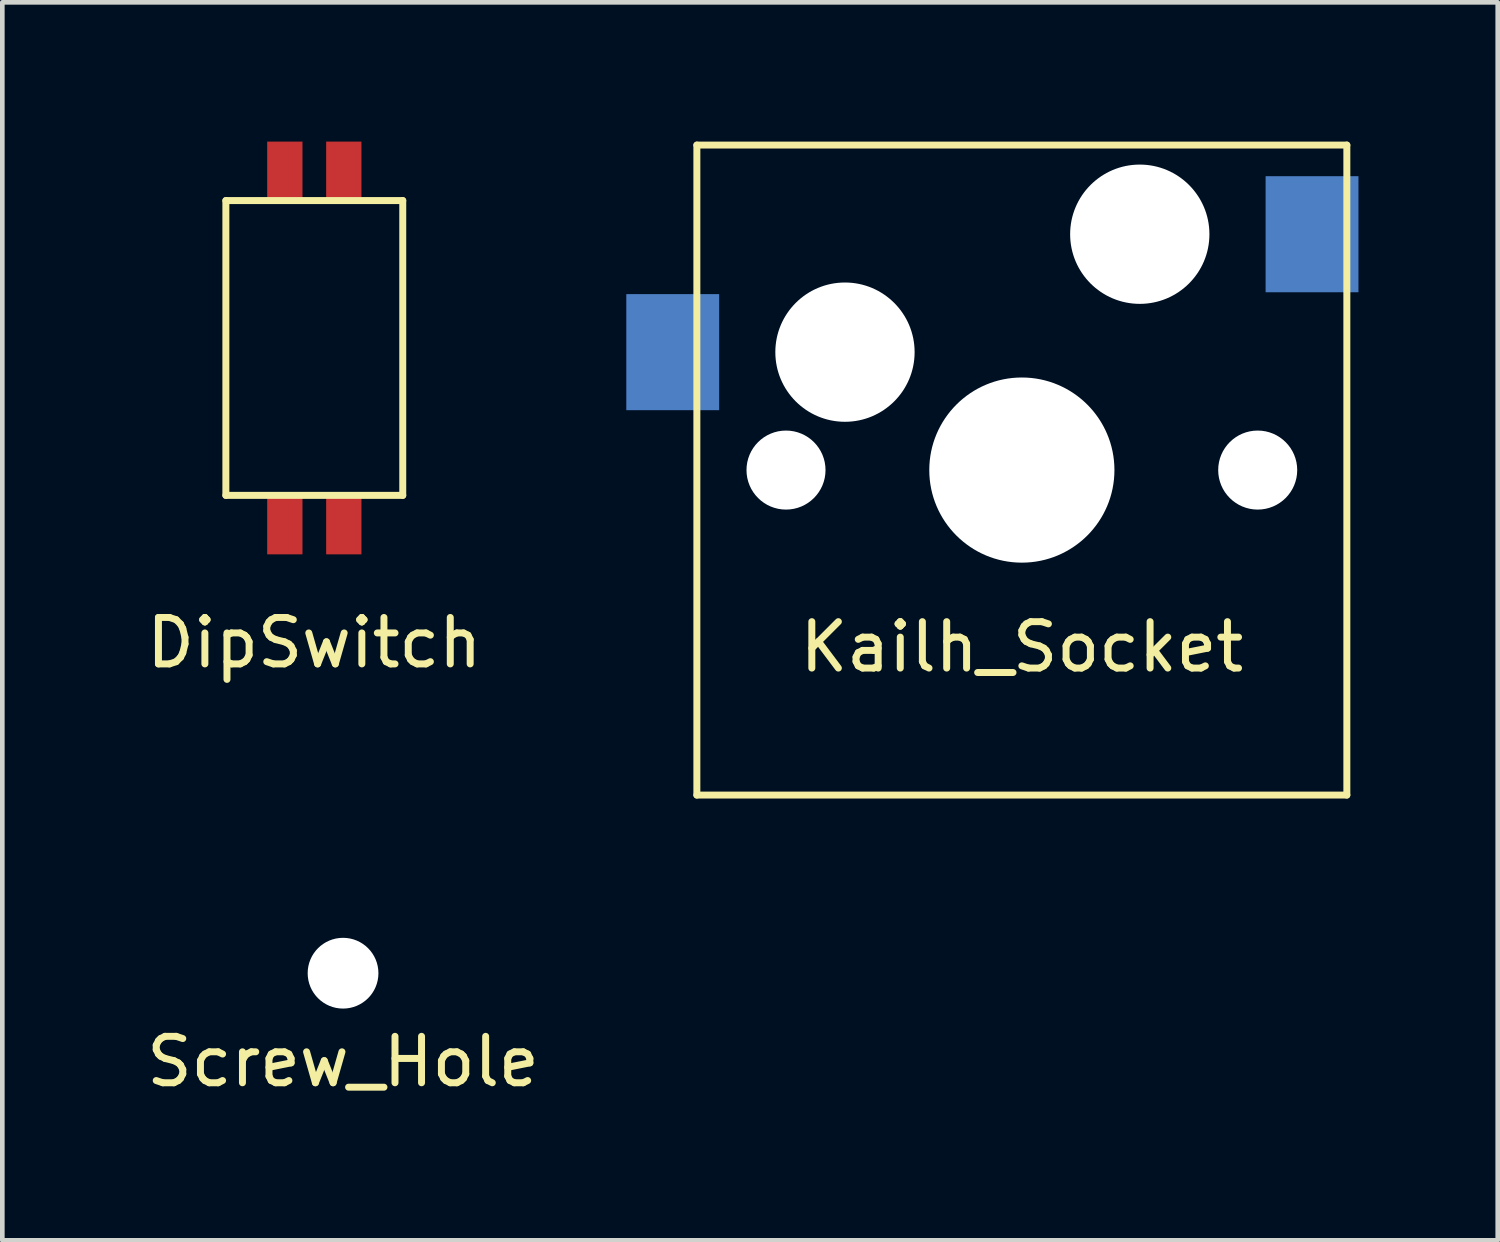
<source format=kicad_pcb>
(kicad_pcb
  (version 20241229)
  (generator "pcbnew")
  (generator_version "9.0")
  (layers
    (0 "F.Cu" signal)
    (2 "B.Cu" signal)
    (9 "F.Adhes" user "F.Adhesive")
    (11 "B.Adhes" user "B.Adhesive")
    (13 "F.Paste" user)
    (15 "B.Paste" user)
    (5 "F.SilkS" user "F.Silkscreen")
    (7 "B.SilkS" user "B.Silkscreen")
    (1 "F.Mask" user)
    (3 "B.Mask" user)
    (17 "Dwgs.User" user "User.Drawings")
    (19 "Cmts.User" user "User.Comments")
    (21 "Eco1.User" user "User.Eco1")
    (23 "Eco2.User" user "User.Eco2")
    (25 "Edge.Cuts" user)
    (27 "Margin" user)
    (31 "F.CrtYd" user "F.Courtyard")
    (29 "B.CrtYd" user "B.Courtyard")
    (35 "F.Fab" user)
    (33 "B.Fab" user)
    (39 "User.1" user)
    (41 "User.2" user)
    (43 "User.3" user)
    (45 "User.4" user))
  (footprint "DipSwitch"
    (layer "F.Cu")
    (at 3.72 4.445)
    (property "Reference" "DipSwitch" (at 0 6.35 0) (layer "F.SilkS") (effects (font (size 1 1) (thickness 0.15))))
    (attr through_hole)
    (fp_line (start -1.905 -3.175) (end 1.905 -3.175) (stroke (width 0.15) (type solid)) (layer "F.SilkS"))
    (fp_line (start -1.905 3.175) (end -1.905 -3.175) (stroke (width 0.15) (type solid)) (layer "F.SilkS"))
    (fp_line (start 1.905 -3.175) (end 1.905 3.175) (stroke (width 0.15) (type solid)) (layer "F.SilkS"))
    (fp_line (start 1.905 3.175) (end -1.905 3.175) (stroke (width 0.15) (type solid)) (layer "F.SilkS"))
    (pad "1" smd rect (at -0.635 -3.81) (size 0.76 1.27) (layers "F.Cu" "F.Mask" "F.Paste"))
    (pad "2" smd rect (at 0.635 -3.81) (size 0.76 1.27) (layers "F.Cu" "F.Mask" "F.Paste"))
    (pad "3" smd rect (at -0.635 3.81) (size 0.76 1.27) (layers "F.Cu" "F.Mask" "F.Paste"))
    (pad "4" smd rect (at 0.635 3.81) (size 0.76 1.27) (layers "F.Cu" "F.Mask" "F.Paste")))
  (footprint "Kailh_Socket"
    (layer "F.Cu")
    (at 18.96 7.075)
    (property "Reference" "Kailh_Socket" (at 0 3.81 0) (layer "F.SilkS") (effects (font (size 1 1) (thickness 0.15))))
    (attr through_hole)
    (fp_line (start -7 -7) (end 7 -7) (stroke (width 0.15) (type solid)) (layer "F.SilkS"))
    (fp_line (start -7 7) (end -7 -7) (stroke (width 0.15) (type solid)) (layer "F.SilkS"))
    (fp_line (start -7 7) (end 7 7) (stroke (width 0.15) (type solid)) (layer "F.SilkS"))
    (fp_line (start 7 7) (end 7 -7) (stroke (width 0.15) (type solid)) (layer "F.SilkS"))
    (pad "" np_thru_hole circle (at -5.08 0) (size 1.702 1.702) (drill 1.702) (layers "*.Cu" "*.Mask"))
    (pad "" np_thru_hole circle (at -3.81 -2.54) (size 3 3) (drill 3) (layers "*.Cu" "*.Mask"))
    (pad "" np_thru_hole circle (at 0 0) (size 3.988 3.988) (drill 3.988) (layers "*.Cu" "*.Mask"))
    (pad "" np_thru_hole circle (at 2.54 -5.08) (size 3 3) (drill 3) (layers "*.Cu" "*.Mask"))
    (pad "" np_thru_hole circle (at 5.08 0) (size 1.702 1.702) (drill 1.702) (layers "*.Cu" "*.Mask"))
    (pad "1" smd rect (at -7.52 -2.54) (size 2 2.5) (layers "B.Cu" "B.Mask" "B.Paste"))
    (pad "2" smd rect (at 6.25 -5.08) (size 2 2.5) (layers "B.Cu" "B.Mask" "B.Paste")))
  (footprint "Screw_Hole"
    (layer "F.Cu")
    (at 4.339 17.912)
    (property "Reference" "Screw_Hole" (at 0 1.905 0) (layer "F.SilkS") (effects (font (size 1 1) (thickness 0.15))))
    (attr through_hole)
    (pad "" np_thru_hole circle (at 0 0) (size 1.524 1.524) (drill 1.524) (layers "*.Cu" "*.Mask")))
  (gr_rect
    (start -3 -3)
    (end 29.21 23.665)
    (stroke (width 0.1) (type default))
    (fill no)
    (layer "Edge.Cuts")))
</source>
